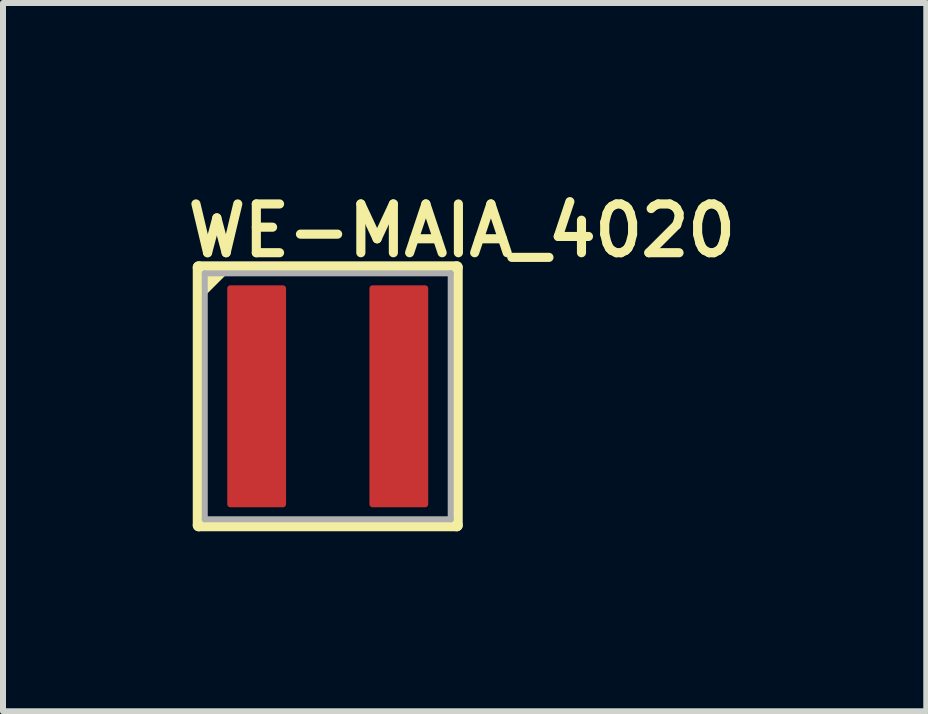
<source format=kicad_pcb>
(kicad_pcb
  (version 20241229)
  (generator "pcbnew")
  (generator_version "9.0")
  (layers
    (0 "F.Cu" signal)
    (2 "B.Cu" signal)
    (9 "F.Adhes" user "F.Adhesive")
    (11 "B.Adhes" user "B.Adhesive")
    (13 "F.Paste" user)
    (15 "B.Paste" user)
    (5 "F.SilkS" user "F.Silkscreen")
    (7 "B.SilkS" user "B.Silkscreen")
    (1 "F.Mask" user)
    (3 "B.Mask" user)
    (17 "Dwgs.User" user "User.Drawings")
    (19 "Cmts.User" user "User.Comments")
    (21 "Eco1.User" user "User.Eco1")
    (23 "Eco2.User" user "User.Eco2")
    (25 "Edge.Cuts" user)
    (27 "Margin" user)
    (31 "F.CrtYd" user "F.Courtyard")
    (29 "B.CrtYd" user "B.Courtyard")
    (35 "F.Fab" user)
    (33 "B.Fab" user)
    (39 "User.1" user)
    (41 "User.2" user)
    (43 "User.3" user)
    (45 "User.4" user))
  (footprint "WE-MAIA_4020"
    (layer "F.Cu")
    (at 2.413 3.556)
    (property "Reference" "WE-MAIA_4020" (at -2.413 -2.286 0) (layer "F.SilkS") (effects (font (size 0.813 0.813) (thickness 0.152) (bold yes)) (justify left bottom)))
    (fp_line (start -2.15 -2.15) (end 2.15 -2.15) (stroke (width 0.2) (type solid)) (layer "F.SilkS"))
    (fp_line (start -2.15 2.15) (end -2.15 -2.15) (stroke (width 0.2) (type solid)) (layer "F.SilkS"))
    (fp_line (start 2.15 -2.15) (end 2.15 2.15) (stroke (width 0.2) (type solid)) (layer "F.SilkS"))
    (fp_line (start 2.15 2.15) (end -2.15 2.15) (stroke (width 0.2) (type solid)) (layer "F.SilkS"))
    (fp_poly (pts (xy -2.223 -1.498) (xy -2.223 -2.223) (xy -1.498 -2.223)) (stroke (width 0) (type default)) (fill yes) (layer "F.SilkS"))
    (fp_line (start -2.05 -2.05) (end 2.05 -2.05) (stroke (width 0.1) (type solid)) (layer "F.Fab"))
    (fp_line (start -2.05 2.05) (end -2.05 -2.05) (stroke (width 0.1) (type solid)) (layer "F.Fab"))
    (fp_line (start 2.05 -2.05) (end 2.05 2.05) (stroke (width 0.1) (type solid)) (layer "F.Fab"))
    (fp_line (start 2.05 2.05) (end -2.05 2.05) (stroke (width 0.1) (type solid)) (layer "F.Fab"))
    (pad "1" smd roundrect (at -1.185 0 90) (size 3.7 0.98) (layers "F.Cu" "F.Mask" "F.Paste") (roundrect_rratio 0.052))
    (pad "2" smd roundrect (at 1.185 0 90) (size 3.7 0.98) (layers "F.Cu" "F.Mask" "F.Paste") (roundrect_rratio 0.052)))
  (gr_rect
    (start -3 -3)
    (end 12.39 8.806)
    (stroke (width 0.1) (type default))
    (fill no)
    (layer "Edge.Cuts")))
</source>
